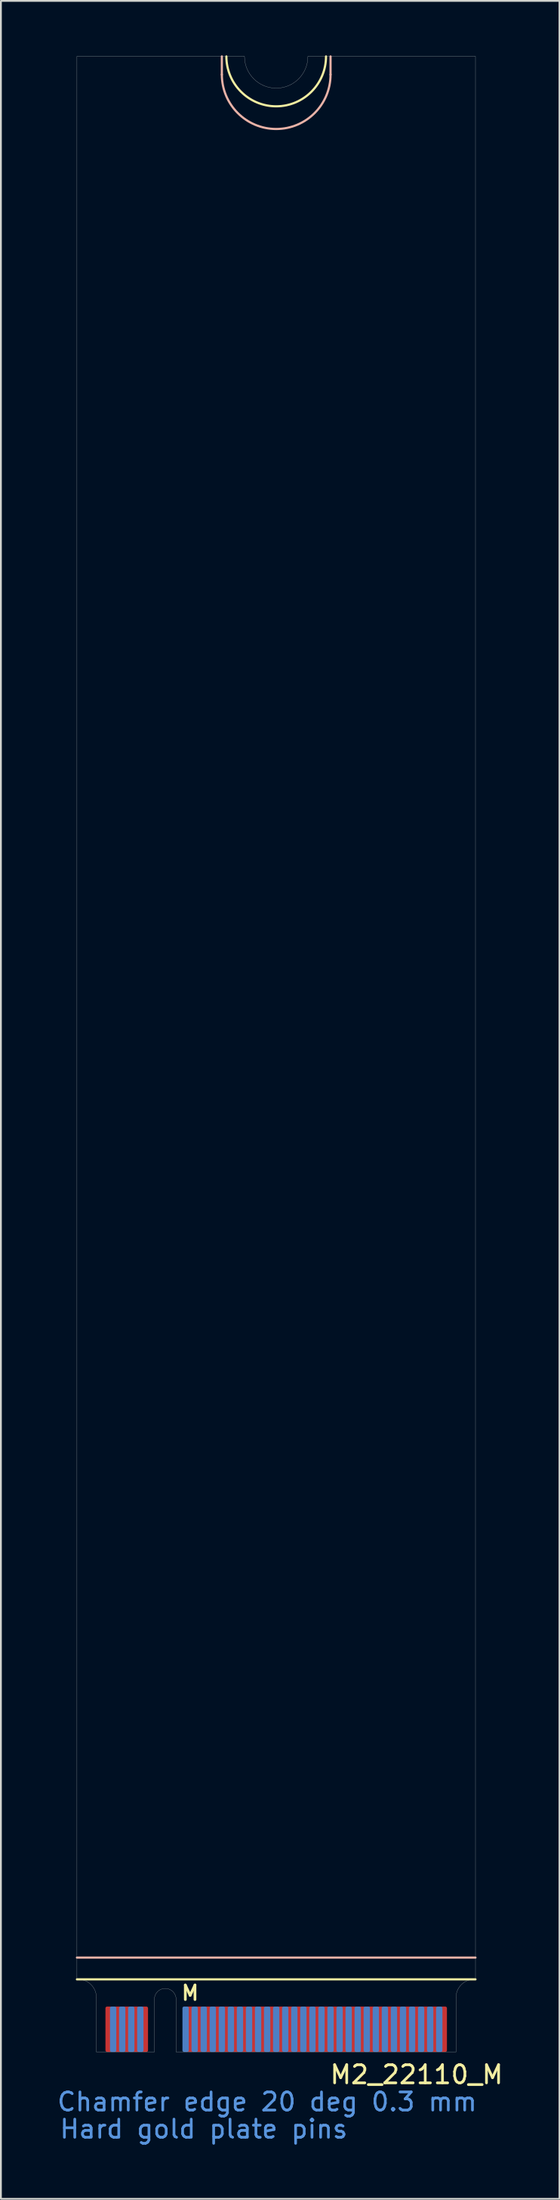
<source format=kicad_pcb>
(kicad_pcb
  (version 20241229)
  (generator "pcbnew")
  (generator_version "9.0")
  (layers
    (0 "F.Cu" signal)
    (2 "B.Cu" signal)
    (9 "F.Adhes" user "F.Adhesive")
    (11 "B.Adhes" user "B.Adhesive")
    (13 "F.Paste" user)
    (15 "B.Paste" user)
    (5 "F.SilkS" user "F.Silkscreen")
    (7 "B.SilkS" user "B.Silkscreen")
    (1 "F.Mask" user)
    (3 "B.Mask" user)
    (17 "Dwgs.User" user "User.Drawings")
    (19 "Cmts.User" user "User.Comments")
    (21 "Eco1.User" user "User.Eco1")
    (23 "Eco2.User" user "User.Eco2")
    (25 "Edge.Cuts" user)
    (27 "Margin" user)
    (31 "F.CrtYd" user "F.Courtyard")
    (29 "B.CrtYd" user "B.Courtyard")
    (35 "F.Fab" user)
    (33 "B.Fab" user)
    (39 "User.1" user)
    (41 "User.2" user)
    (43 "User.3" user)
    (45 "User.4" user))
  (footprint "M2_22110_M"
    (layer "F.Cu")
    (at 12.196 110.06)
    (property "Reference" "M2_22110_M" (at 7.75 1.25 0) (layer "F.SilkS") (effects (font (size 1 1) (thickness 0.15))))
    (attr smd)
    (fp_line (start -11 -4) (end 11 -4) (stroke (width 0.12) (type solid)) (layer "F.SilkS"))
    (fp_arc (start 2.75 -110) (mid 0 -107.25) (end -2.75 -110) (stroke (width 0.12) (type solid)) (layer "F.SilkS"))
    (fp_line (start -11 -5.2) (end 11 -5.2) (stroke (width 0.12) (type solid)) (layer "B.SilkS"))
    (fp_line (start -3 -109) (end -3 -110) (stroke (width 0.12) (type solid)) (layer "B.SilkS"))
    (fp_line (start 3 -109) (end 3 -110) (stroke (width 0.12) (type solid)) (layer "B.SilkS"))
    (fp_arc (start 3 -109) (mid 0 -106) (end -3 -109) (stroke (width 0.12) (type solid)) (layer "B.SilkS"))
    (fp_line (start -11 -110) (end -11 -4) (stroke (width 0.01) (type solid)) (layer "Edge.Cuts"))
    (fp_line (start -11 -4) (end -10.925 -4) (stroke (width 0.01) (type solid)) (layer "Edge.Cuts"))
    (fp_line (start -9.925 0) (end -9.925 -3) (stroke (width 0.01) (type solid)) (layer "Edge.Cuts"))
    (fp_line (start -9.925 0) (end -6.725 0) (stroke (width 0.01) (type solid)) (layer "Edge.Cuts"))
    (fp_line (start -6.725 0) (end -6.725 -2.9) (stroke (width 0.01) (type solid)) (layer "Edge.Cuts"))
    (fp_line (start -5.525 -2.9) (end -5.525 0) (stroke (width 0.01) (type solid)) (layer "Edge.Cuts"))
    (fp_line (start -5.525 0) (end 9.925 0) (stroke (width 0.01) (type solid)) (layer "Edge.Cuts"))
    (fp_line (start -1.75 -110) (end -11 -110) (stroke (width 0.01) (type solid)) (layer "Edge.Cuts"))
    (fp_line (start 1.75 -110) (end 11 -110) (stroke (width 0.01) (type solid)) (layer "Edge.Cuts"))
    (fp_line (start 9.925 -3) (end 9.925 0) (stroke (width 0.01) (type solid)) (layer "Edge.Cuts"))
    (fp_line (start 10.925 -4) (end 11 -4) (stroke (width 0.01) (type solid)) (layer "Edge.Cuts"))
    (fp_line (start 11 -110) (end 11 -4) (stroke (width 0.01) (type solid)) (layer "Edge.Cuts"))
    (fp_arc (start -10.925 -4) (mid -10.217893 -3.707107) (end -9.925 -3) (stroke (width 0.01) (type solid)) (layer "Edge.Cuts"))
    (fp_arc (start -6.725 -2.9) (mid -6.125 -3.5) (end -5.525 -2.9) (stroke (width 0.01) (type solid)) (layer "Edge.Cuts"))
    (fp_arc (start 1.75 -110) (mid 0 -108.25) (end -1.75 -110) (stroke (width 0.01) (type solid)) (layer "Edge.Cuts"))
    (fp_arc (start 9.925 -3) (mid 10.217893 -3.707107) (end 10.925 -4) (stroke (width 0.01) (type solid)) (layer "Edge.Cuts"))
    (fp_text user "M" (at -4.75 -3.25 0) (layer "F.SilkS") (effects (font (size 0.8 0.8) (thickness 0.15))))
    (fp_text user "Chamfer edge 20 deg 0.3 mm" (at -0.5 2.75 0) (layer "Cmts.User") (effects (font (size 1 1) (thickness 0.15))))
    (fp_text user "Hard gold plate pins" (at -4 4.25 0) (layer "Cmts.User") (effects (font (size 1 1) (thickness 0.15))))
    (pad "1" smd roundrect (at 9.25 -1.25) (size 0.35 2.5) (layers "F.Cu" "F.Mask") (roundrect_rratio 0.25))
    (pad "2" smd roundrect (at 9 -1.25) (size 0.35 2.5) (layers "B.Cu" "B.Mask") (roundrect_rratio 0.25))
    (pad "3" smd roundrect (at 8.75 -1.25) (size 0.35 2.5) (layers "F.Cu" "F.Mask") (roundrect_rratio 0.25))
    (pad "4" smd roundrect (at 8.5 -1.25) (size 0.35 2.5) (layers "B.Cu" "B.Mask") (roundrect_rratio 0.25))
    (pad "5" smd roundrect (at 8.25 -1.25) (size 0.35 2.5) (layers "F.Cu" "F.Mask") (roundrect_rratio 0.25))
    (pad "6" smd roundrect (at 8 -1.25) (size 0.35 2.5) (layers "B.Cu" "B.Mask") (roundrect_rratio 0.25))
    (pad "7" smd roundrect (at 7.75 -1.25) (size 0.35 2.5) (layers "F.Cu" "F.Mask") (roundrect_rratio 0.25))
    (pad "8" smd roundrect (at 7.5 -1.25) (size 0.35 2.5) (layers "B.Cu" "B.Mask") (roundrect_rratio 0.25))
    (pad "9" smd roundrect (at 7.25 -1.25) (size 0.35 2.5) (layers "F.Cu" "F.Mask") (roundrect_rratio 0.25))
    (pad "10" smd roundrect (at 7 -1.25) (size 0.35 2.5) (layers "B.Cu" "B.Mask") (roundrect_rratio 0.25))
    (pad "11" smd roundrect (at 6.75 -1.25) (size 0.35 2.5) (layers "F.Cu" "F.Mask") (roundrect_rratio 0.25))
    (pad "12" smd roundrect (at 6.5 -1.25) (size 0.35 2.5) (layers "B.Cu" "B.Mask") (roundrect_rratio 0.25))
    (pad "13" smd roundrect (at 6.25 -1.25) (size 0.35 2.5) (layers "F.Cu" "F.Mask") (roundrect_rratio 0.25))
    (pad "14" smd roundrect (at 6 -1.25) (size 0.35 2.5) (layers "B.Cu" "B.Mask") (roundrect_rratio 0.25))
    (pad "15" smd roundrect (at 5.75 -1.25) (size 0.35 2.5) (layers "F.Cu" "F.Mask") (roundrect_rratio 0.25))
    (pad "16" smd roundrect (at 5.5 -1.25) (size 0.35 2.5) (layers "B.Cu" "B.Mask") (roundrect_rratio 0.25))
    (pad "17" smd roundrect (at 5.25 -1.25) (size 0.35 2.5) (layers "F.Cu" "F.Mask") (roundrect_rratio 0.25))
    (pad "18" smd roundrect (at 5 -1.25) (size 0.35 2.5) (layers "B.Cu" "B.Mask") (roundrect_rratio 0.25))
    (pad "19" smd roundrect (at 4.75 -1.25) (size 0.35 2.5) (layers "F.Cu" "F.Mask") (roundrect_rratio 0.25))
    (pad "20" smd roundrect (at 4.5 -1.25) (size 0.35 2.5) (layers "B.Cu" "B.Mask") (roundrect_rratio 0.25))
    (pad "21" smd roundrect (at 4.25 -1.25) (size 0.35 2.5) (layers "F.Cu" "F.Mask") (roundrect_rratio 0.25))
    (pad "22" smd roundrect (at 4 -1.25) (size 0.35 2.5) (layers "B.Cu" "B.Mask") (roundrect_rratio 0.25))
    (pad "23" smd roundrect (at 3.75 -1.25) (size 0.35 2.5) (layers "F.Cu" "F.Mask") (roundrect_rratio 0.25))
    (pad "24" smd roundrect (at 3.5 -1.25) (size 0.35 2.5) (layers "B.Cu" "B.Mask") (roundrect_rratio 0.25))
    (pad "25" smd roundrect (at 3.25 -1.25) (size 0.35 2.5) (layers "F.Cu" "F.Mask") (roundrect_rratio 0.25))
    (pad "26" smd roundrect (at 3 -1.25) (size 0.35 2.5) (layers "B.Cu" "B.Mask") (roundrect_rratio 0.25))
    (pad "27" smd roundrect (at 2.75 -1.25) (size 0.35 2.5) (layers "F.Cu" "F.Mask") (roundrect_rratio 0.25))
    (pad "28" smd roundrect (at 2.5 -1.25) (size 0.35 2.5) (layers "B.Cu" "B.Mask") (roundrect_rratio 0.25))
    (pad "29" smd roundrect (at 2.25 -1.25) (size 0.35 2.5) (layers "F.Cu" "F.Mask") (roundrect_rratio 0.25))
    (pad "30" smd roundrect (at 2 -1.25) (size 0.35 2.5) (layers "B.Cu" "B.Mask") (roundrect_rratio 0.25))
    (pad "31" smd roundrect (at 1.75 -1.25) (size 0.35 2.5) (layers "F.Cu" "F.Mask") (roundrect_rratio 0.25))
    (pad "32" smd roundrect (at 1.5 -1.25) (size 0.35 2.5) (layers "B.Cu" "B.Mask") (roundrect_rratio 0.25))
    (pad "33" smd roundrect (at 1.25 -1.25) (size 0.35 2.5) (layers "F.Cu" "F.Mask") (roundrect_rratio 0.25))
    (pad "34" smd roundrect (at 1 -1.25) (size 0.35 2.5) (layers "B.Cu" "B.Mask") (roundrect_rratio 0.25))
    (pad "35" smd roundrect (at 0.75 -1.25) (size 0.35 2.5) (layers "F.Cu" "F.Mask") (roundrect_rratio 0.25))
    (pad "36" smd roundrect (at 0.5 -1.25) (size 0.35 2.5) (layers "B.Cu" "B.Mask") (roundrect_rratio 0.25))
    (pad "37" smd roundrect (at 0.25 -1.25) (size 0.35 2.5) (layers "F.Cu" "F.Mask") (roundrect_rratio 0.25))
    (pad "38" smd roundrect (at 0 -1.25) (size 0.35 2.5) (layers "B.Cu" "B.Mask") (roundrect_rratio 0.25))
    (pad "39" smd roundrect (at -0.25 -1.25) (size 0.35 2.5) (layers "F.Cu" "F.Mask") (roundrect_rratio 0.25))
    (pad "40" smd roundrect (at -0.5 -1.25) (size 0.35 2.5) (layers "B.Cu" "B.Mask") (roundrect_rratio 0.25))
    (pad "41" smd roundrect (at -0.75 -1.25) (size 0.35 2.5) (layers "F.Cu" "F.Mask") (roundrect_rratio 0.25))
    (pad "42" smd roundrect (at -1 -1.25) (size 0.35 2.5) (layers "B.Cu" "B.Mask") (roundrect_rratio 0.25))
    (pad "43" smd roundrect (at -1.25 -1.25) (size 0.35 2.5) (layers "F.Cu" "F.Mask") (roundrect_rratio 0.25))
    (pad "44" smd roundrect (at -1.5 -1.25) (size 0.35 2.5) (layers "B.Cu" "B.Mask") (roundrect_rratio 0.25))
    (pad "45" smd roundrect (at -1.75 -1.25) (size 0.35 2.5) (layers "F.Cu" "F.Mask") (roundrect_rratio 0.25))
    (pad "46" smd roundrect (at -2 -1.25) (size 0.35 2.5) (layers "B.Cu" "B.Mask") (roundrect_rratio 0.25))
    (pad "47" smd roundrect (at -2.25 -1.25) (size 0.35 2.5) (layers "F.Cu" "F.Mask") (roundrect_rratio 0.25))
    (pad "48" smd roundrect (at -2.5 -1.25) (size 0.35 2.5) (layers "B.Cu" "B.Mask") (roundrect_rratio 0.25))
    (pad "49" smd roundrect (at -2.75 -1.25) (size 0.35 2.5) (layers "F.Cu" "F.Mask") (roundrect_rratio 0.25))
    (pad "50" smd roundrect (at -3 -1.25) (size 0.35 2.5) (layers "B.Cu" "B.Mask") (roundrect_rratio 0.25))
    (pad "51" smd roundrect (at -3.25 -1.25) (size 0.35 2.5) (layers "F.Cu" "F.Mask") (roundrect_rratio 0.25))
    (pad "52" smd roundrect (at -3.5 -1.25) (size 0.35 2.5) (layers "B.Cu" "B.Mask") (roundrect_rratio 0.25))
    (pad "53" smd roundrect (at -3.75 -1.25) (size 0.35 2.5) (layers "F.Cu" "F.Mask") (roundrect_rratio 0.25))
    (pad "54" smd roundrect (at -4 -1.25) (size 0.35 2.5) (layers "B.Cu" "B.Mask") (roundrect_rratio 0.25))
    (pad "55" smd roundrect (at -4.25 -1.25) (size 0.35 2.5) (layers "F.Cu" "F.Mask") (roundrect_rratio 0.25))
    (pad "56" smd roundrect (at -4.5 -1.25) (size 0.35 2.5) (layers "B.Cu" "B.Mask") (roundrect_rratio 0.25))
    (pad "57" smd roundrect (at -4.75 -1.25) (size 0.35 2.5) (layers "F.Cu" "F.Mask") (roundrect_rratio 0.25))
    (pad "58" smd roundrect (at -5 -1.25) (size 0.35 2.5) (layers "B.Cu" "B.Mask") (roundrect_rratio 0.25))
    (pad "67" smd roundrect (at -7.25 -1.25) (size 0.35 2.5) (layers "F.Cu" "F.Mask") (roundrect_rratio 0.25))
    (pad "68" smd roundrect (at -7.5 -1.25) (size 0.35 2.5) (layers "B.Cu" "B.Mask") (roundrect_rratio 0.25))
    (pad "69" smd roundrect (at -7.75 -1.25) (size 0.35 2.5) (layers "F.Cu" "F.Mask") (roundrect_rratio 0.25))
    (pad "70" smd roundrect (at -8 -1.25) (size 0.35 2.5) (layers "B.Cu" "B.Mask") (roundrect_rratio 0.25))
    (pad "71" smd roundrect (at -8.25 -1.25) (size 0.35 2.5) (layers "F.Cu" "F.Mask") (roundrect_rratio 0.25))
    (pad "72" smd roundrect (at -8.5 -1.25) (size 0.35 2.5) (layers "B.Cu" "B.Mask") (roundrect_rratio 0.25))
    (pad "73" smd roundrect (at -8.75 -1.25) (size 0.35 2.5) (layers "F.Cu" "F.Mask") (roundrect_rratio 0.25))
    (pad "74" smd roundrect (at -9 -1.25) (size 0.35 2.5) (layers "B.Cu" "B.Mask") (roundrect_rratio 0.25))
    (pad "75" smd roundrect (at -9.25 -1.25) (size 0.35 2.5) (layers "F.Cu" "F.Mask") (roundrect_rratio 0.25)))
  (gr_rect
    (start -3 -3)
    (end 27.833 118.158)
    (stroke (width 0.1) (type default))
    (fill no)
    (layer "Edge.Cuts")))
</source>
